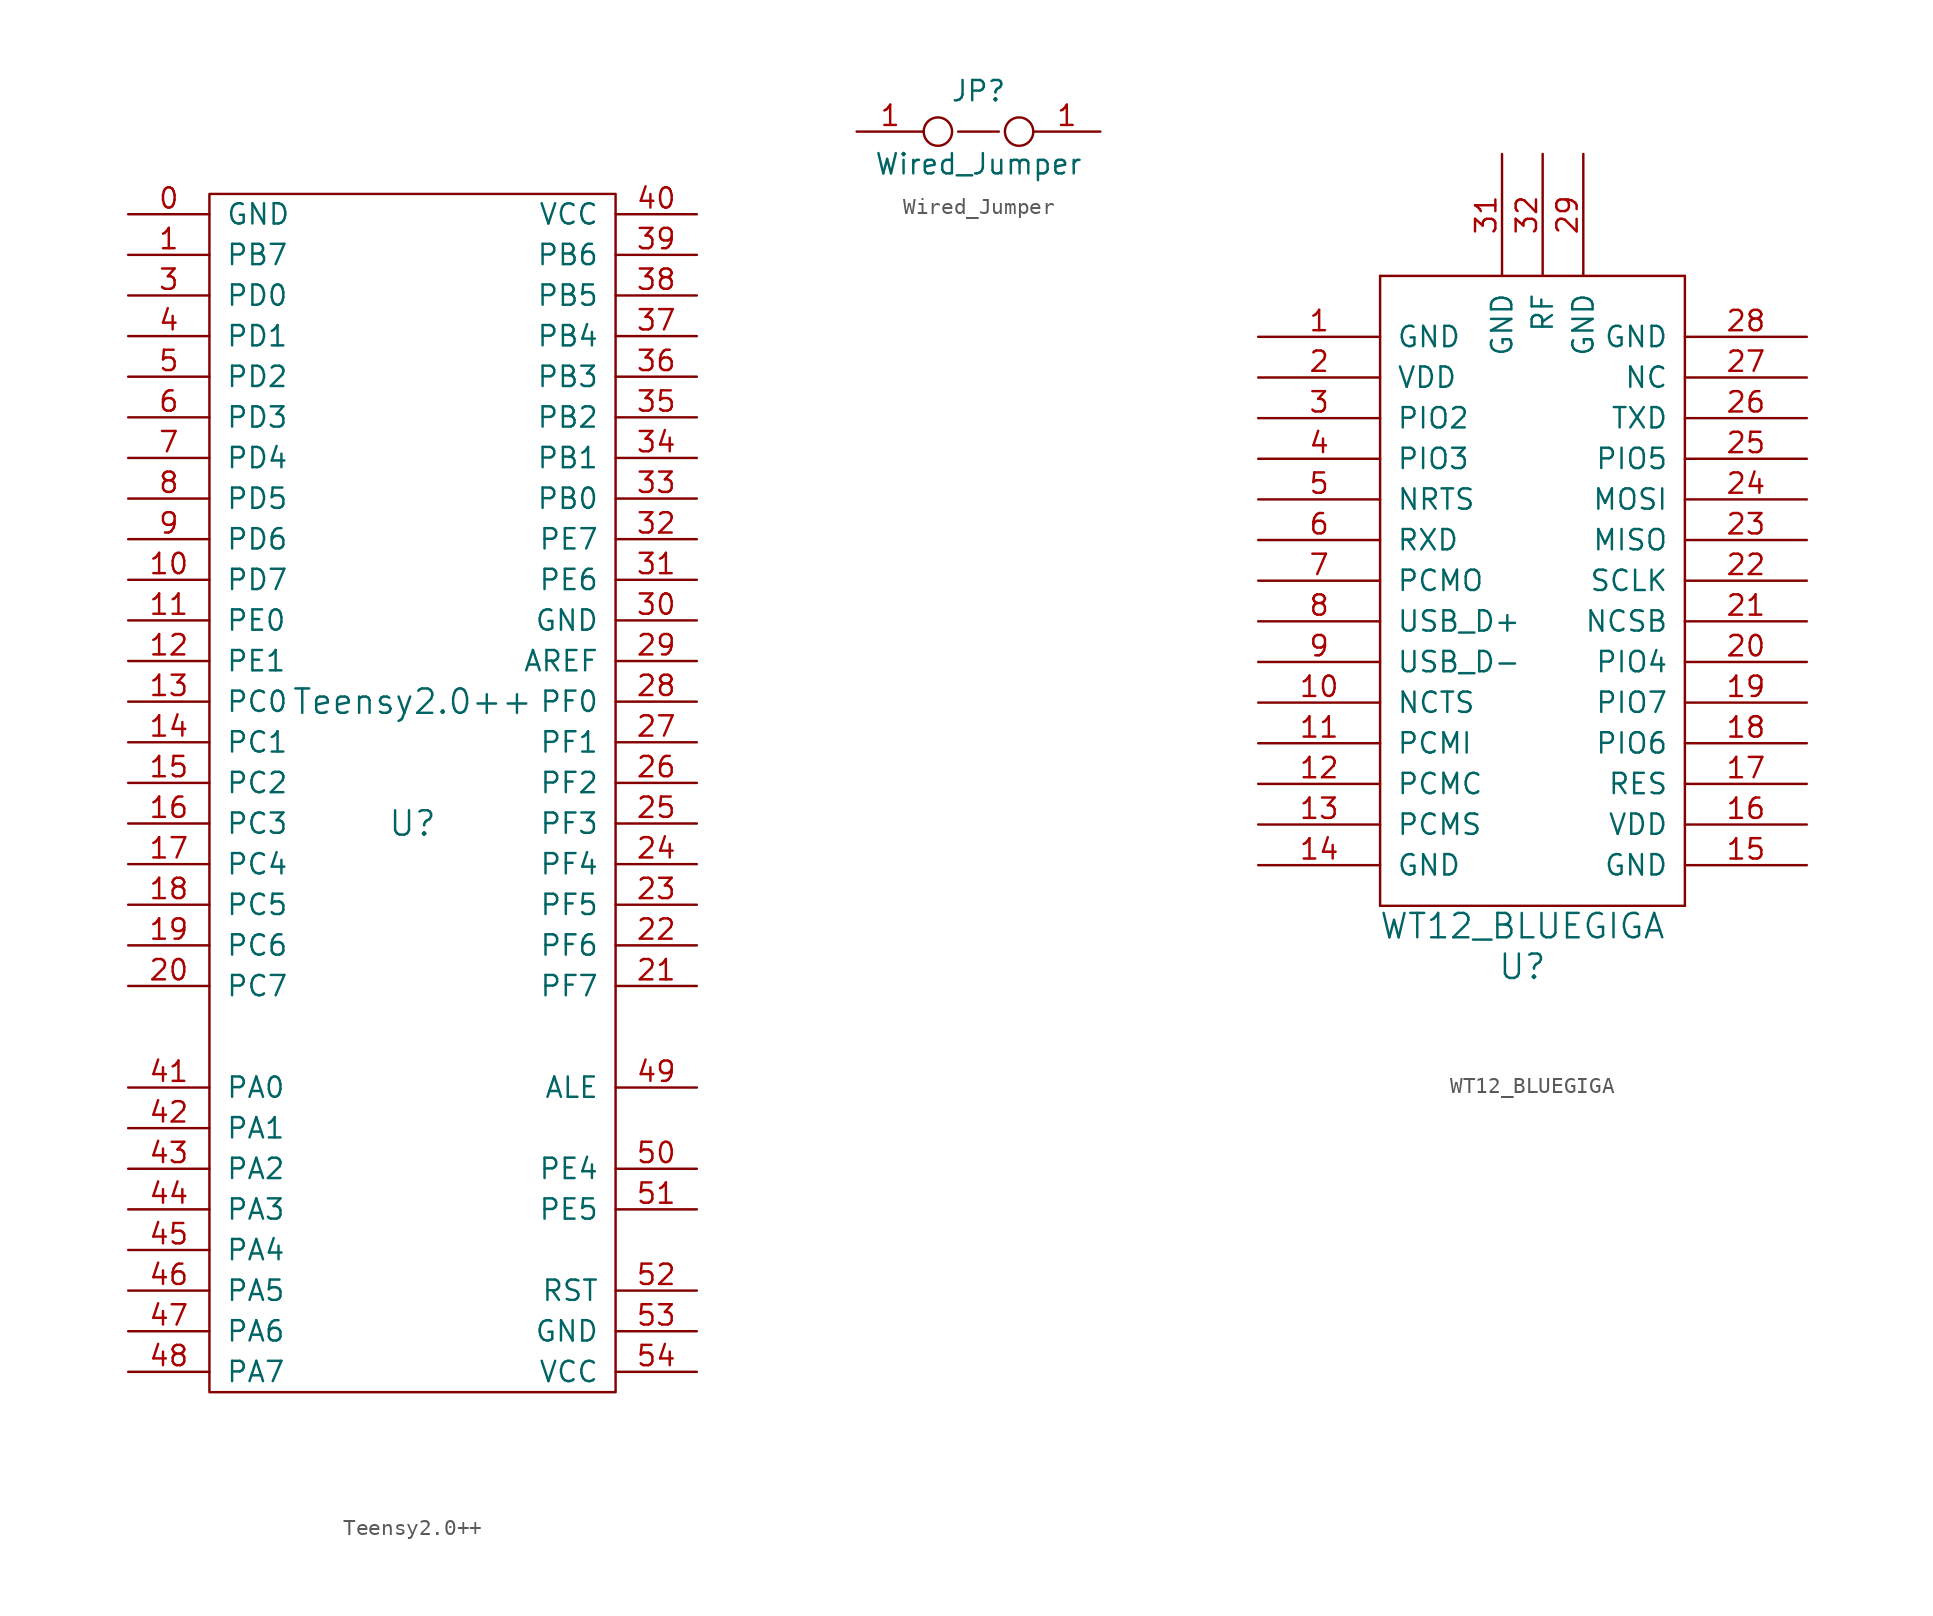
<source format=kicad_sym>
(kicad_symbol_lib
  (version 20220914)
  (generator kicad_symbol_editor)
  (symbol "Teensy2.0++"
    (pin_names
      (offset 1.016))
    (property "Reference" "U"
      (at 0 -2.54 0)
      (effects (font (size 1.524 1.524))))
    (property "Value" "Teensy2.0++"
      (at 0 5.08 0)
      (effects (font (size 1.524 1.524))))
    (property "Footprint" ""
      (at 0 1.27 0)
      (effects (font (size 1.524 1.524))))
    (property "Datasheet" ""
      (at 0 1.27 0)
      (effects (font (size 1.524 1.524))))
    (symbol "Teensy2.0++_0_1"
      (rectangle (start -12.7 36.83) (end 12.7 -38.1) (stroke (width 0) (type solid)) (fill (type none))))
    (symbol "Teensy2.0++_1_1"
      (pin power_in line (at -17.78 35.56 0) (length 5.08) (name "GND" (effects (font (size 1.27 1.27)))) (number "0" (effects (font (size 1.27 1.27)))))
      (pin tri_state line (at -17.78 33.02 0) (length 5.08) (name "PB7" (effects (font (size 1.27 1.27)))) (number "1" (effects (font (size 1.27 1.27)))))
      (pin tri_state line (at -17.78 12.7 0) (length 5.08) (name "PD7" (effects (font (size 1.27 1.27)))) (number "10" (effects (font (size 1.27 1.27)))))
      (pin tri_state line (at -17.78 10.16 0) (length 5.08) (name "PE0" (effects (font (size 1.27 1.27)))) (number "11" (effects (font (size 1.27 1.27)))))
      (pin tri_state line (at -17.78 7.62 0) (length 5.08) (name "PE1" (effects (font (size 1.27 1.27)))) (number "12" (effects (font (size 1.27 1.27)))))
      (pin tri_state line (at -17.78 5.08 0) (length 5.08) (name "PC0" (effects (font (size 1.27 1.27)))) (number "13" (effects (font (size 1.27 1.27)))))
      (pin tri_state line (at -17.78 2.54 0) (length 5.08) (name "PC1" (effects (font (size 1.27 1.27)))) (number "14" (effects (font (size 1.27 1.27)))))
      (pin tri_state line (at -17.78 0 0) (length 5.08) (name "PC2" (effects (font (size 1.27 1.27)))) (number "15" (effects (font (size 1.27 1.27)))))
      (pin tri_state line (at -17.78 -2.54 0) (length 5.08) (name "PC3" (effects (font (size 1.27 1.27)))) (number "16" (effects (font (size 1.27 1.27)))))
      (pin tri_state line (at -17.78 -5.08 0) (length 5.08) (name "PC4" (effects (font (size 1.27 1.27)))) (number "17" (effects (font (size 1.27 1.27)))))
      (pin tri_state line (at -17.78 -7.62 0) (length 5.08) (name "PC5" (effects (font (size 1.27 1.27)))) (number "18" (effects (font (size 1.27 1.27)))))
      (pin tri_state line (at -17.78 -10.16 0) (length 5.08) (name "PC6" (effects (font (size 1.27 1.27)))) (number "19" (effects (font (size 1.27 1.27)))))
      (pin tri_state line (at -17.78 -12.7 0) (length 5.08) (name "PC7" (effects (font (size 1.27 1.27)))) (number "20" (effects (font (size 1.27 1.27)))))
      (pin tri_state line (at 17.78 -12.7 180) (length 5.08) (name "PF7" (effects (font (size 1.27 1.27)))) (number "21" (effects (font (size 1.27 1.27)))))
      (pin tri_state line (at 17.78 -10.16 180) (length 5.08) (name "PF6" (effects (font (size 1.27 1.27)))) (number "22" (effects (font (size 1.27 1.27)))))
      (pin tri_state line (at 17.78 -7.62 180) (length 5.08) (name "PF5" (effects (font (size 1.27 1.27)))) (number "23" (effects (font (size 1.27 1.27)))))
      (pin tri_state line (at 17.78 -5.08 180) (length 5.08) (name "PF4" (effects (font (size 1.27 1.27)))) (number "24" (effects (font (size 1.27 1.27)))))
      (pin tri_state line (at 17.78 -2.54 180) (length 5.08) (name "PF3" (effects (font (size 1.27 1.27)))) (number "25" (effects (font (size 1.27 1.27)))))
      (pin tri_state line (at 17.78 0 180) (length 5.08) (name "PF2" (effects (font (size 1.27 1.27)))) (number "26" (effects (font (size 1.27 1.27)))))
      (pin tri_state line (at 17.78 2.54 180) (length 5.08) (name "PF1" (effects (font (size 1.27 1.27)))) (number "27" (effects (font (size 1.27 1.27)))))
      (pin tri_state line (at 17.78 5.08 180) (length 5.08) (name "PF0" (effects (font (size 1.27 1.27)))) (number "28" (effects (font (size 1.27 1.27)))))
      (pin input line (at 17.78 7.62 180) (length 5.08) (name "AREF" (effects (font (size 1.27 1.27)))) (number "29" (effects (font (size 1.27 1.27)))))
      (pin tri_state line (at -17.78 30.48 0) (length 5.08) (name "PD0" (effects (font (size 1.27 1.27)))) (number "3" (effects (font (size 1.27 1.27)))))
      (pin power_in line (at 17.78 10.16 180) (length 5.08) (name "GND" (effects (font (size 1.27 1.27)))) (number "30" (effects (font (size 1.27 1.27)))))
      (pin power_in line (at 17.78 12.7 180) (length 5.08) (name "PE6" (effects (font (size 1.27 1.27)))) (number "31" (effects (font (size 1.27 1.27)))))
      (pin power_in line (at 17.78 15.24 180) (length 5.08) (name "PE7" (effects (font (size 1.27 1.27)))) (number "32" (effects (font (size 1.27 1.27)))))
      (pin tri_state line (at 17.78 17.78 180) (length 5.08) (name "PB0" (effects (font (size 1.27 1.27)))) (number "33" (effects (font (size 1.27 1.27)))))
      (pin tri_state line (at 17.78 20.32 180) (length 5.08) (name "PB1" (effects (font (size 1.27 1.27)))) (number "34" (effects (font (size 1.27 1.27)))))
      (pin tri_state line (at 17.78 22.86 180) (length 5.08) (name "PB2" (effects (font (size 1.27 1.27)))) (number "35" (effects (font (size 1.27 1.27)))))
      (pin tri_state line (at 17.78 25.4 180) (length 5.08) (name "PB3" (effects (font (size 1.27 1.27)))) (number "36" (effects (font (size 1.27 1.27)))))
      (pin tri_state line (at 17.78 27.94 180) (length 5.08) (name "PB4" (effects (font (size 1.27 1.27)))) (number "37" (effects (font (size 1.27 1.27)))))
      (pin tri_state line (at 17.78 30.48 180) (length 5.08) (name "PB5" (effects (font (size 1.27 1.27)))) (number "38" (effects (font (size 1.27 1.27)))))
      (pin tri_state line (at 17.78 33.02 180) (length 5.08) (name "PB6" (effects (font (size 1.27 1.27)))) (number "39" (effects (font (size 1.27 1.27)))))
      (pin tri_state line (at -17.78 27.94 0) (length 5.08) (name "PD1" (effects (font (size 1.27 1.27)))) (number "4" (effects (font (size 1.27 1.27)))))
      (pin power_in line (at 17.78 35.56 180) (length 5.08) (name "VCC" (effects (font (size 1.27 1.27)))) (number "40" (effects (font (size 1.27 1.27)))))
      (pin tri_state line (at -17.78 -19.05 0) (length 5.08) (name "PA0" (effects (font (size 1.27 1.27)))) (number "41" (effects (font (size 1.27 1.27)))))
      (pin tri_state line (at -17.78 -21.59 0) (length 5.08) (name "PA1" (effects (font (size 1.27 1.27)))) (number "42" (effects (font (size 1.27 1.27)))))
      (pin tri_state line (at -17.78 -24.13 0) (length 5.08) (name "PA2" (effects (font (size 1.27 1.27)))) (number "43" (effects (font (size 1.27 1.27)))))
      (pin tri_state line (at -17.78 -26.67 0) (length 5.08) (name "PA3" (effects (font (size 1.27 1.27)))) (number "44" (effects (font (size 1.27 1.27)))))
      (pin tri_state line (at -17.78 -29.21 0) (length 5.08) (name "PA4" (effects (font (size 1.27 1.27)))) (number "45" (effects (font (size 1.27 1.27)))))
      (pin tri_state line (at -17.78 -31.75 0) (length 5.08) (name "PA5" (effects (font (size 1.27 1.27)))) (number "46" (effects (font (size 1.27 1.27)))))
      (pin tri_state line (at -17.78 -34.29 0) (length 5.08) (name "PA6" (effects (font (size 1.27 1.27)))) (number "47" (effects (font (size 1.27 1.27)))))
      (pin tri_state line (at -17.78 -36.83 0) (length 5.08) (name "PA7" (effects (font (size 1.27 1.27)))) (number "48" (effects (font (size 1.27 1.27)))))
      (pin input line (at 17.78 -19.05 180) (length 5.08) (name "ALE" (effects (font (size 1.27 1.27)))) (number "49" (effects (font (size 1.27 1.27)))))
      (pin tri_state line (at -17.78 25.4 0) (length 5.08) (name "PD2" (effects (font (size 1.27 1.27)))) (number "5" (effects (font (size 1.27 1.27)))))
      (pin tri_state line (at 17.78 -24.13 180) (length 5.08) (name "PE4" (effects (font (size 1.27 1.27)))) (number "50" (effects (font (size 1.27 1.27)))))
      (pin tri_state line (at 17.78 -26.67 180) (length 5.08) (name "PE5" (effects (font (size 1.27 1.27)))) (number "51" (effects (font (size 1.27 1.27)))))
      (pin input line (at 17.78 -31.75 180) (length 5.08) (name "RST" (effects (font (size 1.27 1.27)))) (number "52" (effects (font (size 1.27 1.27)))))
      (pin power_in line (at 17.78 -34.29 180) (length 5.08) (name "GND" (effects (font (size 1.27 1.27)))) (number "53" (effects (font (size 1.27 1.27)))))
      (pin power_in line (at 17.78 -36.83 180) (length 5.08) (name "VCC" (effects (font (size 1.27 1.27)))) (number "54" (effects (font (size 1.27 1.27)))))
      (pin tri_state line (at -17.78 22.86 0) (length 5.08) (name "PD3" (effects (font (size 1.27 1.27)))) (number "6" (effects (font (size 1.27 1.27)))))
      (pin tri_state line (at -17.78 20.32 0) (length 5.08) (name "PD4" (effects (font (size 1.27 1.27)))) (number "7" (effects (font (size 1.27 1.27)))))
      (pin tri_state line (at -17.78 17.78 0) (length 5.08) (name "PD5" (effects (font (size 1.27 1.27)))) (number "8" (effects (font (size 1.27 1.27)))))
      (pin tri_state line (at -17.78 15.24 0) (length 5.08) (name "PD6" (effects (font (size 1.27 1.27)))) (number "9" (effects (font (size 1.27 1.27)))))))
  (symbol "Wired_Jumper"
    (pin_names
      (offset 0.762) hide)
    (property "Reference" "JP"
      (at 0 2.54 0)
      (effects (font (size 1.27 1.27))))
    (property "Value" "Wired_Jumper"
      (at 0 -2.032 0)
      (effects (font (size 1.27 1.27))))
    (symbol "Wired_Jumper_0_1"
      (circle (center -2.54 0) (radius 0.889) (stroke (width 0) (type solid)) (fill (type none)))
      (polyline (pts (xy -1.27 0) (xy 1.27 0)) (stroke (width 0) (type solid)) (fill (type none)))
      (circle (center 2.54 0) (radius 0.889) (stroke (width 0) (type solid)) (fill (type none)))
      (pin passive line (at -7.62 0 0) (length 4.191) (name "1" (effects (font (size 1.27 1.27)))) (number "1" (effects (font (size 1.27 1.27)))))
      (pin passive line (at 7.62 0 180) (length 4.191) (name "1" (effects (font (size 1.27 1.27)))) (number "1" (effects (font (size 1.27 1.27)))))))
  (symbol "WT12_BLUEGIGA"
    (pin_names
      (offset 1.016))
    (property "Reference" "U"
      (at 8.89 -43.18 0)
      (effects (font (size 1.524 1.524))))
    (property "Value" "WT12_BLUEGIGA"
      (at 8.89 -40.64 0)
      (effects (font (size 1.524 1.524))))
    (property "Footprint" ""
      (at 0 0 0)
      (effects (font (size 1.524 1.524))))
    (property "Datasheet" ""
      (at 0 0 0)
      (effects (font (size 1.524 1.524))))
    (symbol "WT12_BLUEGIGA_0_1"
      (rectangle (start 0 -39.37) (end 0 0) (stroke (width 0) (type solid)) (fill (type none)))
      (rectangle (start 0 0) (end 19.05 0) (stroke (width 0) (type solid)) (fill (type none)))
      (rectangle (start 19.05 -39.37) (end 0 -39.37) (stroke (width 0) (type solid)) (fill (type none)))
      (rectangle (start 19.05 0) (end 19.05 -39.37) (stroke (width 0) (type solid)) (fill (type none))))
    (symbol "WT12_BLUEGIGA_1_1"
      (pin input line (at -7.62 -3.81 0) (length 7.62) (name "GND" (effects (font (size 1.27 1.27)))) (number "1" (effects (font (size 1.27 1.27)))))
      (pin input line (at -7.62 -26.67 0) (length 7.62) (name "NCTS" (effects (font (size 1.27 1.27)))) (number "10" (effects (font (size 1.27 1.27)))))
      (pin input line (at -7.62 -29.21 0) (length 7.62) (name "PCMI" (effects (font (size 1.27 1.27)))) (number "11" (effects (font (size 1.27 1.27)))))
      (pin input line (at -7.62 -31.75 0) (length 7.62) (name "PCMC" (effects (font (size 1.27 1.27)))) (number "12" (effects (font (size 1.27 1.27)))))
      (pin input line (at -7.62 -34.29 0) (length 7.62) (name "PCMS" (effects (font (size 1.27 1.27)))) (number "13" (effects (font (size 1.27 1.27)))))
      (pin input line (at -7.62 -36.83 0) (length 7.62) (name "GND" (effects (font (size 1.27 1.27)))) (number "14" (effects (font (size 1.27 1.27)))))
      (pin input line (at 26.67 -36.83 180) (length 7.62) (name "GND" (effects (font (size 1.27 1.27)))) (number "15" (effects (font (size 1.27 1.27)))))
      (pin power_in line (at 26.67 -34.29 180) (length 7.62) (name "VDD" (effects (font (size 1.27 1.27)))) (number "16" (effects (font (size 1.27 1.27)))))
      (pin input line (at 26.67 -31.75 180) (length 7.62) (name "RES" (effects (font (size 1.27 1.27)))) (number "17" (effects (font (size 1.27 1.27)))))
      (pin input line (at 26.67 -29.21 180) (length 7.62) (name "PIO6" (effects (font (size 1.27 1.27)))) (number "18" (effects (font (size 1.27 1.27)))))
      (pin input line (at 26.67 -26.67 180) (length 7.62) (name "PIO7" (effects (font (size 1.27 1.27)))) (number "19" (effects (font (size 1.27 1.27)))))
      (pin power_in line (at -7.62 -6.35 0) (length 7.62) (name "VDD" (effects (font (size 1.27 1.27)))) (number "2" (effects (font (size 1.27 1.27)))))
      (pin input line (at 26.67 -24.13 180) (length 7.62) (name "PIO4" (effects (font (size 1.27 1.27)))) (number "20" (effects (font (size 1.27 1.27)))))
      (pin input line (at 26.67 -21.59 180) (length 7.62) (name "NCSB" (effects (font (size 1.27 1.27)))) (number "21" (effects (font (size 1.27 1.27)))))
      (pin input line (at 26.67 -19.05 180) (length 7.62) (name "SCLK" (effects (font (size 1.27 1.27)))) (number "22" (effects (font (size 1.27 1.27)))))
      (pin input line (at 26.67 -16.51 180) (length 7.62) (name "MISO" (effects (font (size 1.27 1.27)))) (number "23" (effects (font (size 1.27 1.27)))))
      (pin input line (at 26.67 -13.97 180) (length 7.62) (name "MOSI" (effects (font (size 1.27 1.27)))) (number "24" (effects (font (size 1.27 1.27)))))
      (pin input line (at 26.67 -11.43 180) (length 7.62) (name "PIO5" (effects (font (size 1.27 1.27)))) (number "25" (effects (font (size 1.27 1.27)))))
      (pin input line (at 26.67 -8.89 180) (length 7.62) (name "TXD" (effects (font (size 1.27 1.27)))) (number "26" (effects (font (size 1.27 1.27)))))
      (pin input line (at 26.67 -6.35 180) (length 7.62) (name "NC" (effects (font (size 1.27 1.27)))) (number "27" (effects (font (size 1.27 1.27)))))
      (pin input line (at 26.67 -3.81 180) (length 7.62) (name "GND" (effects (font (size 1.27 1.27)))) (number "28" (effects (font (size 1.27 1.27)))))
      (pin input line (at 12.7 7.62 270) (length 7.62) (name "GND" (effects (font (size 1.27 1.27)))) (number "29" (effects (font (size 1.27 1.27)))))
      (pin input line (at -7.62 -8.89 0) (length 7.62) (name "PIO2" (effects (font (size 1.27 1.27)))) (number "3" (effects (font (size 1.27 1.27)))))
      (pin input line (at 7.62 7.62 270) (length 7.62) (name "GND" (effects (font (size 1.27 1.27)))) (number "31" (effects (font (size 1.27 1.27)))))
      (pin input line (at 10.16 7.62 270) (length 7.62) (name "RF" (effects (font (size 1.27 1.27)))) (number "32" (effects (font (size 1.27 1.27)))))
      (pin input line (at -7.62 -11.43 0) (length 7.62) (name "PIO3" (effects (font (size 1.27 1.27)))) (number "4" (effects (font (size 1.27 1.27)))))
      (pin input line (at -7.62 -13.97 0) (length 7.62) (name "NRTS" (effects (font (size 1.27 1.27)))) (number "5" (effects (font (size 1.27 1.27)))))
      (pin input line (at -7.62 -16.51 0) (length 7.62) (name "RXD" (effects (font (size 1.27 1.27)))) (number "6" (effects (font (size 1.27 1.27)))))
      (pin input line (at -7.62 -19.05 0) (length 7.62) (name "PCMO" (effects (font (size 1.27 1.27)))) (number "7" (effects (font (size 1.27 1.27)))))
      (pin input line (at -7.62 -21.59 0) (length 7.62) (name "USB_D+" (effects (font (size 1.27 1.27)))) (number "8" (effects (font (size 1.27 1.27)))))
      (pin input line (at -7.62 -24.13 0) (length 7.62) (name "USB_D-" (effects (font (size 1.27 1.27)))) (number "9" (effects (font (size 1.27 1.27))))))))
</source>
